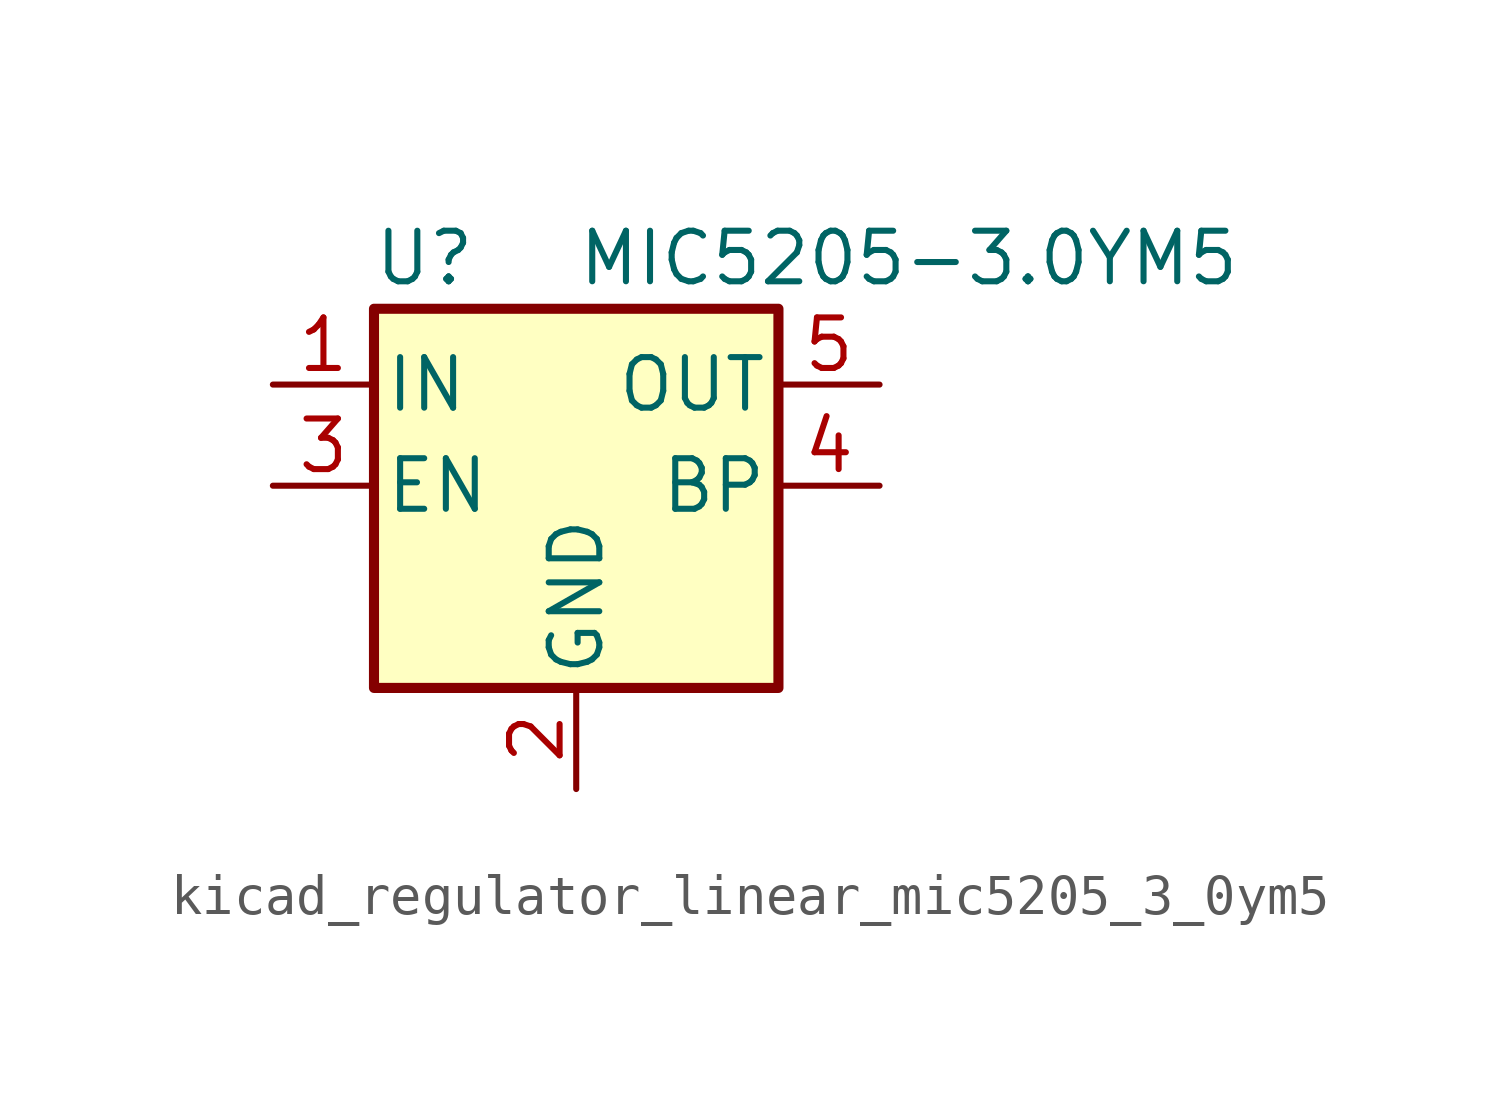
<source format=kicad_sym>
(kicad_symbol_lib
  (version 20220914)
  (generator kicad_symbol_editor)
  (symbol "kicad_regulator_linear_mic5205_3_0ym5"
    (pin_names
      (offset 0.254))
    (property "Reference" "U"
      (at -3.81 5.715 0)
      (effects (font (size 1.27 1.27))))
    (property "Value" "MIC5205-3.0YM5"
      (at 0 5.715 0)
      (effects (font (size 1.27 1.27)) (justify left)))
    (symbol "kicad_regulator_linear_mic5205_3_0ym5_0_1"
      (rectangle (start -5.08 4.445) (end 5.08 -5.08) (stroke (width 0.254) (type default)) (fill (type background))))
    (symbol "kicad_regulator_linear_mic5205_3_0ym5_1_1"
      (pin power_in line (at -7.62 2.54 0) (length 2.54) (name "IN" (effects (font (size 1.27 1.27)))) (number "1" (effects (font (size 1.27 1.27)))))
      (pin power_in line (at 0 -7.62 90) (length 2.54) (name "GND" (effects (font (size 1.27 1.27)))) (number "2" (effects (font (size 1.27 1.27)))))
      (pin input line (at -7.62 0 0) (length 2.54) (name "EN" (effects (font (size 1.27 1.27)))) (number "3" (effects (font (size 1.27 1.27)))))
      (pin input line (at 7.62 0 180) (length 2.54) (name "BP" (effects (font (size 1.27 1.27)))) (number "4" (effects (font (size 1.27 1.27)))))
      (pin power_out line (at 7.62 2.54 180) (length 2.54) (name "OUT" (effects (font (size 1.27 1.27)))) (number "5" (effects (font (size 1.27 1.27))))))))
</source>
